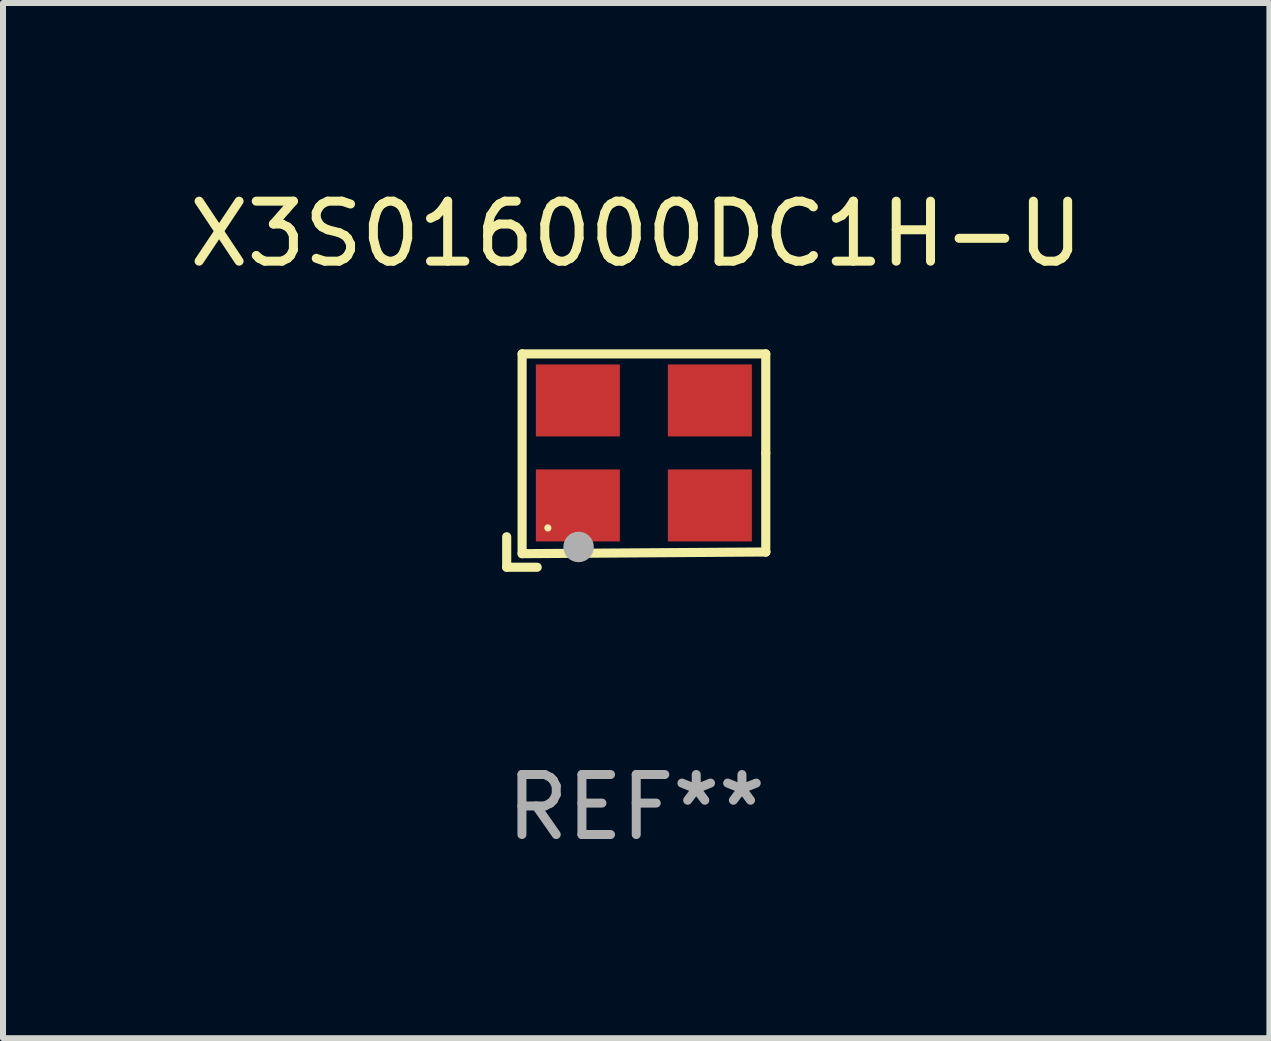
<source format=kicad_pcb>
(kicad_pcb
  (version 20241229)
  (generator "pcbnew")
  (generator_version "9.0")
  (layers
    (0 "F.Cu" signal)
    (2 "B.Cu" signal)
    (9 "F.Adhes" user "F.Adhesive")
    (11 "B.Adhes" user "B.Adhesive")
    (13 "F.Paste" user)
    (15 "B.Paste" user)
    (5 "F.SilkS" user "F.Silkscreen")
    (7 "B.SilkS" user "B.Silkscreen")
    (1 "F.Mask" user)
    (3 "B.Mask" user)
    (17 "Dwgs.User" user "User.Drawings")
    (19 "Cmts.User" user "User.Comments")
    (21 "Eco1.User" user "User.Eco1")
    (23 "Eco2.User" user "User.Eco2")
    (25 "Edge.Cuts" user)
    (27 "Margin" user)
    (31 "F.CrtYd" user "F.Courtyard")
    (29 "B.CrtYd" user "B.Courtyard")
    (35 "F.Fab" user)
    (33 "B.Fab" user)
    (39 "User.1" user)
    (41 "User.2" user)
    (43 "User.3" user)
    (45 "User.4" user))
  (footprint "X3S016000DC1H-U"
    (layer "F.Cu")
    (at 7.554 4.626)
    (property "Reference" "X3S016000DC1H-U" (at 0 -3.778 0) (layer "F.SilkS") (effects (font (size 1 1) (thickness 0.15))))
    (attr through_hole)
    (fp_line (start -2.159 1.27) (end -2.159 1.778) (stroke (width 0.152) (type solid)) (layer "F.SilkS"))
    (fp_line (start -2.159 1.778) (end -1.651 1.778) (stroke (width 0.152) (type solid)) (layer "F.SilkS"))
    (fp_line (start -1.902 -1.778) (end 2.159 -1.778) (stroke (width 0.152) (type solid)) (layer "F.SilkS"))
    (fp_line (start -1.902 1.552) (end -1.902 -1.778) (stroke (width 0.152) (type solid)) (layer "F.SilkS"))
    (fp_line (start 2.159 -1.778) (end 2.159 -0.127) (stroke (width 0.152) (type solid)) (layer "F.SilkS"))
    (fp_line (start 2.159 -0.127) (end 2.159 1.524) (stroke (width 0.152) (type solid)) (layer "F.SilkS"))
    (fp_line (start 2.159 1.524) (end -1.902 1.552) (stroke (width 0.152) (type solid)) (layer "F.SilkS"))
    (fp_line (start 2.159 1.524) (end 2.159 1.524) (stroke (width 0.152) (type solid)) (layer "F.SilkS"))
    (fp_circle (center -1.473 1.123) (end -1.443 1.123) (stroke (width 0.06) (type solid)) (fill no) (layer "F.SilkS"))
    (fp_circle (center -0.961 1.44) (end -0.834 1.44) (stroke (width 0.254) (type solid)) (fill no) (layer "F.Fab"))
    (fp_text user "REF**" (at 0 5.778 0) (layer "F.Fab") (effects (font (size 1 1) (thickness 0.15))))
    (pad "1" smd rect (at -0.973 0.748) (size 1.4 1.2) (layers "F.Cu" "F.Mask" "F.Paste"))
    (pad "2" smd rect (at 1.227 0.748) (size 1.4 1.2) (layers "F.Cu" "F.Mask" "F.Paste"))
    (pad "3" smd rect (at 1.227 -1.002) (size 1.4 1.2) (layers "F.Cu" "F.Mask" "F.Paste"))
    (pad "4" smd rect (at -0.973 -1.002) (size 1.4 1.2) (layers "F.Cu" "F.Mask" "F.Paste")))
  (gr_rect
    (start -3 -3)
    (end 18.107 14.253)
    (stroke (width 0.1) (type default))
    (fill no)
    (layer "Edge.Cuts")))
</source>
